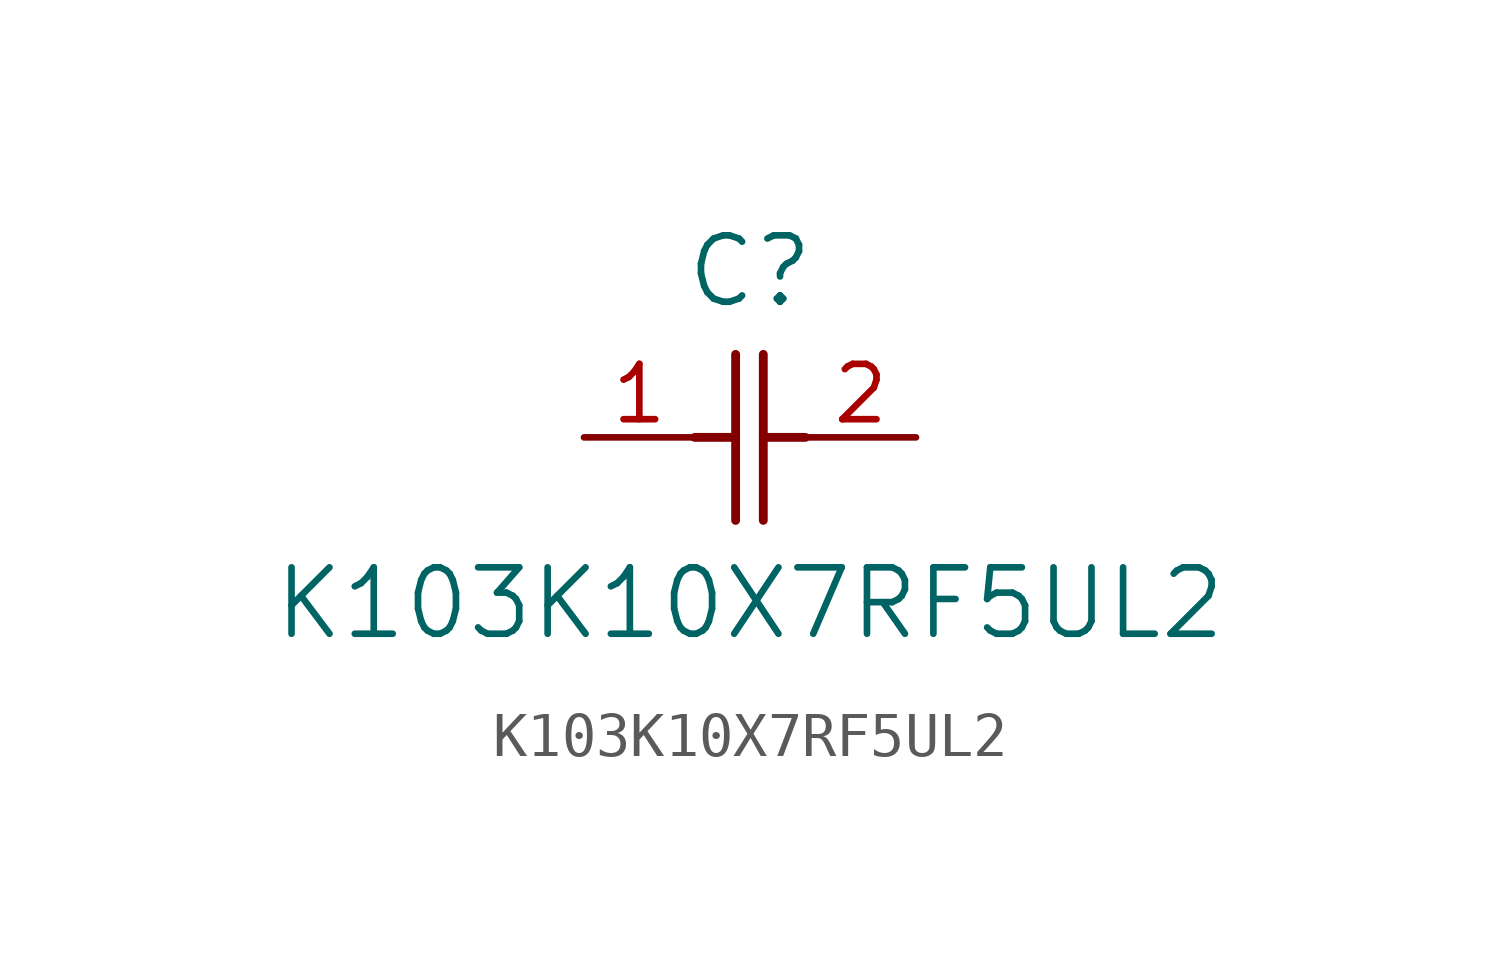
<source format=kicad_sym>
(kicad_symbol_lib
  (version 20211014)
  (generator kicad_symbol_editor)
  (symbol "K103K10X7RF5UL2"
    (pin_names
      (offset 0.254))
    (property "Reference" "C"
      (at 3.81 3.81 0)
      (effects (font (size 1.524 1.524))))
    (property "Value" "K103K10X7RF5UL2"
      (at 3.81 -3.81 0)
      (effects (font (size 1.524 1.524))))
    (symbol "K103K10X7RF5UL2_0_1"
      (polyline (pts (xy 3.48 -1.905) (xy 3.48 1.905)) (stroke (width 0.203) (type default) (color 0 0 0 0)) (fill (type none)))
      (polyline (pts (xy 4.115 -1.905) (xy 4.115 1.905)) (stroke (width 0.203) (type default) (color 0 0 0 0)) (fill (type none)))
      (polyline (pts (xy 4.115 0) (xy 5.08 0)) (stroke (width 0.203) (type default) (color 0 0 0 0)) (fill (type none)))
      (polyline (pts (xy 2.54 0) (xy 3.48 0)) (stroke (width 0.203) (type default) (color 0 0 0 0)) (fill (type none)))
      (pin unspecified line (at 0 0 0) (length 2.54) (name "" (effects (font (size 1.27 1.27)))) (number "1" (effects (font (size 1.27 1.27)))))
      (pin unspecified line (at 7.62 0 180) (length 2.54) (name "" (effects (font (size 1.27 1.27)))) (number "2" (effects (font (size 1.27 1.27))))))))
</source>
